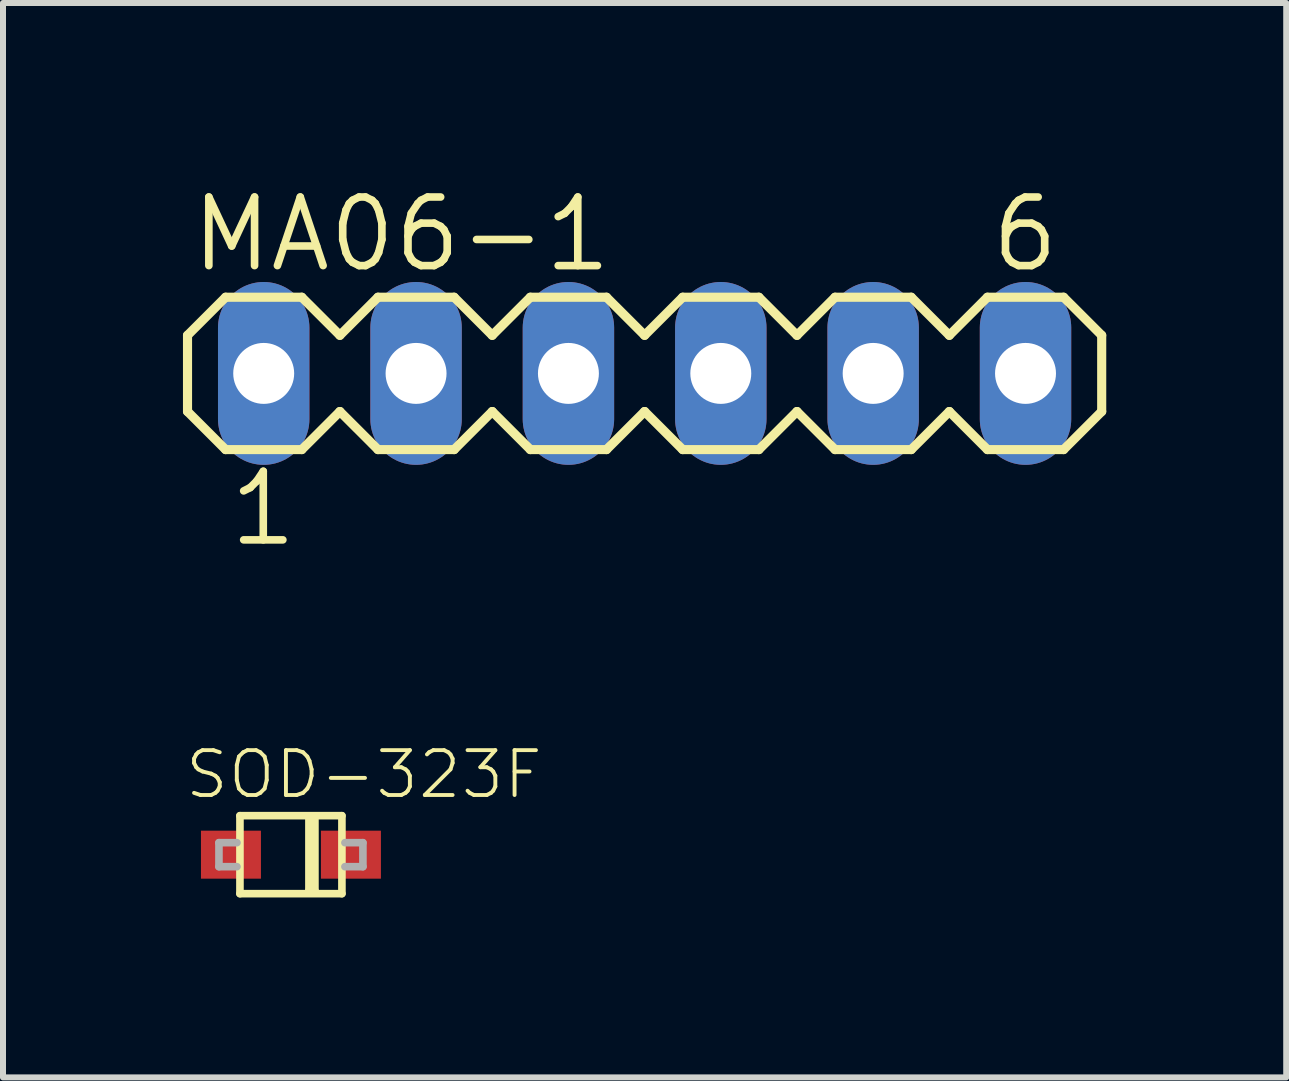
<source format=kicad_pcb>
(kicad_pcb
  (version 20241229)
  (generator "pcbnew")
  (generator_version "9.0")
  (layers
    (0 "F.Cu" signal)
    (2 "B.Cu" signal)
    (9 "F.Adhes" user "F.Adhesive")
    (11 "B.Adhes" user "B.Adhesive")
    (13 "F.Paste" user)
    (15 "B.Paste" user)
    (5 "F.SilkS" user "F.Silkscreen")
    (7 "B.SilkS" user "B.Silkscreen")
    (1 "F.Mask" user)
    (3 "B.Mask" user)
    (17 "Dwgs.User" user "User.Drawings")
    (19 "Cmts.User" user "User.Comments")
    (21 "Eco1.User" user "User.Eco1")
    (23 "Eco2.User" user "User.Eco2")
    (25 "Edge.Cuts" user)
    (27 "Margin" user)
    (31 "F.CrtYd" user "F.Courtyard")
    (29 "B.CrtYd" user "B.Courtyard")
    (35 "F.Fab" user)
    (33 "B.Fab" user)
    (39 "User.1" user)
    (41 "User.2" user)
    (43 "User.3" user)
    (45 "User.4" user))
  (footprint "SOD-323F"
    (layer "F.Cu")
    (at 1.8 11.198)
    (property "Reference" "SOD-323F" (at -1.8 -0.9 0) (unlocked yes) (layer "F.SilkS") (effects (font (size 0.748 0.748) (thickness 0.065)) (justify left bottom)))
    (fp_line (start -0.85 -0.65) (end 0.85 -0.65) (stroke (width 0.127) (type solid)) (layer "F.SilkS"))
    (fp_line (start -0.85 0.65) (end -0.85 -0.65) (stroke (width 0.127) (type solid)) (layer "F.SilkS"))
    (fp_line (start 0.3 0.6) (end 0.3 -0.6) (stroke (width 0.127) (type solid)) (layer "F.SilkS"))
    (fp_line (start 0.4 -0.6) (end 0.4 0.6) (stroke (width 0.127) (type solid)) (layer "F.SilkS"))
    (fp_line (start 0.4 0.6) (end 0.3 0.6) (stroke (width 0.127) (type solid)) (layer "F.SilkS"))
    (fp_line (start 0.85 -0.65) (end 0.85 0.65) (stroke (width 0.127) (type solid)) (layer "F.SilkS"))
    (fp_line (start 0.85 0.65) (end -0.85 0.65) (stroke (width 0.127) (type solid)) (layer "F.SilkS"))
    (fp_line (start -1.2 -0.2) (end -1.2 0.2) (stroke (width 0.127) (type solid)) (layer "F.Fab"))
    (fp_line (start -1.2 0.2) (end -0.9 0.2) (stroke (width 0.127) (type solid)) (layer "F.Fab"))
    (fp_line (start -0.9 -0.2) (end -1.2 -0.2) (stroke (width 0.127) (type solid)) (layer "F.Fab"))
    (fp_line (start 0.9 -0.2) (end 1.2 -0.2) (stroke (width 0.127) (type solid)) (layer "F.Fab"))
    (fp_line (start 1.2 -0.2) (end 1.2 0.2) (stroke (width 0.127) (type solid)) (layer "F.Fab"))
    (fp_line (start 1.2 0.2) (end 0.9 0.2) (stroke (width 0.127) (type solid)) (layer "F.Fab"))
    (pad "A" smd rect (at -1 0) (size 1 0.8) (layers "F.Cu" "F.Mask" "F.Paste"))
    (pad "C" smd rect (at 1 0) (size 1 0.8) (layers "F.Cu" "F.Mask" "F.Paste")))
  (footprint "MA06-1"
    (layer "F.Cu")
    (at 7.696 3.175)
    (property "Reference" "MA06-1" (at -7.62 -1.651 0) (unlocked yes) (layer "F.SilkS") (effects (font (size 1.143 1.143) (thickness 0.127)) (justify left bottom)))
    (fp_line (start -7.62 -0.635) (end -7.62 0.635) (stroke (width 0.152) (type solid)) (layer "F.SilkS"))
    (fp_line (start -7.62 0.635) (end -6.985 1.27) (stroke (width 0.152) (type solid)) (layer "F.SilkS"))
    (fp_line (start -6.985 -1.27) (end -7.62 -0.635) (stroke (width 0.152) (type solid)) (layer "F.SilkS"))
    (fp_line (start -6.985 -1.27) (end -5.715 -1.27) (stroke (width 0.152) (type solid)) (layer "F.SilkS"))
    (fp_line (start -5.715 -1.27) (end -5.08 -0.635) (stroke (width 0.152) (type solid)) (layer "F.SilkS"))
    (fp_line (start -5.715 1.27) (end -6.985 1.27) (stroke (width 0.152) (type solid)) (layer "F.SilkS"))
    (fp_line (start -5.08 -0.635) (end -4.445 -1.27) (stroke (width 0.152) (type solid)) (layer "F.SilkS"))
    (fp_line (start -5.08 0.635) (end -5.715 1.27) (stroke (width 0.152) (type solid)) (layer "F.SilkS"))
    (fp_line (start -4.445 -1.27) (end -3.175 -1.27) (stroke (width 0.152) (type solid)) (layer "F.SilkS"))
    (fp_line (start -4.445 1.27) (end -5.08 0.635) (stroke (width 0.152) (type solid)) (layer "F.SilkS"))
    (fp_line (start -3.175 -1.27) (end -2.54 -0.635) (stroke (width 0.152) (type solid)) (layer "F.SilkS"))
    (fp_line (start -3.175 1.27) (end -4.445 1.27) (stroke (width 0.152) (type solid)) (layer "F.SilkS"))
    (fp_line (start -2.54 -0.635) (end -1.905 -1.27) (stroke (width 0.152) (type solid)) (layer "F.SilkS"))
    (fp_line (start -2.54 0.635) (end -3.175 1.27) (stroke (width 0.152) (type solid)) (layer "F.SilkS"))
    (fp_line (start -1.905 -1.27) (end -0.635 -1.27) (stroke (width 0.152) (type solid)) (layer "F.SilkS"))
    (fp_line (start -1.905 1.27) (end -2.54 0.635) (stroke (width 0.152) (type solid)) (layer "F.SilkS"))
    (fp_line (start -0.635 -1.27) (end 0 -0.635) (stroke (width 0.152) (type solid)) (layer "F.SilkS"))
    (fp_line (start -0.635 1.27) (end -1.905 1.27) (stroke (width 0.152) (type solid)) (layer "F.SilkS"))
    (fp_line (start 0 0.635) (end -0.635 1.27) (stroke (width 0.152) (type solid)) (layer "F.SilkS"))
    (fp_line (start 0 0.635) (end 0.635 1.27) (stroke (width 0.152) (type solid)) (layer "F.SilkS"))
    (fp_line (start 0.635 -1.27) (end 0 -0.635) (stroke (width 0.152) (type solid)) (layer "F.SilkS"))
    (fp_line (start 0.635 -1.27) (end 1.905 -1.27) (stroke (width 0.152) (type solid)) (layer "F.SilkS"))
    (fp_line (start 1.905 -1.27) (end 2.54 -0.635) (stroke (width 0.152) (type solid)) (layer "F.SilkS"))
    (fp_line (start 1.905 1.27) (end 0.635 1.27) (stroke (width 0.152) (type solid)) (layer "F.SilkS"))
    (fp_line (start 2.54 -0.635) (end 3.175 -1.27) (stroke (width 0.152) (type solid)) (layer "F.SilkS"))
    (fp_line (start 2.54 0.635) (end 1.905 1.27) (stroke (width 0.152) (type solid)) (layer "F.SilkS"))
    (fp_line (start 3.175 -1.27) (end 4.445 -1.27) (stroke (width 0.152) (type solid)) (layer "F.SilkS"))
    (fp_line (start 3.175 1.27) (end 2.54 0.635) (stroke (width 0.152) (type solid)) (layer "F.SilkS"))
    (fp_line (start 4.445 -1.27) (end 5.08 -0.635) (stroke (width 0.152) (type solid)) (layer "F.SilkS"))
    (fp_line (start 4.445 1.27) (end 3.175 1.27) (stroke (width 0.152) (type solid)) (layer "F.SilkS"))
    (fp_line (start 5.08 -0.635) (end 5.715 -1.27) (stroke (width 0.152) (type solid)) (layer "F.SilkS"))
    (fp_line (start 5.08 0.635) (end 4.445 1.27) (stroke (width 0.152) (type solid)) (layer "F.SilkS"))
    (fp_line (start 5.715 -1.27) (end 6.985 -1.27) (stroke (width 0.152) (type solid)) (layer "F.SilkS"))
    (fp_line (start 5.715 1.27) (end 5.08 0.635) (stroke (width 0.152) (type solid)) (layer "F.SilkS"))
    (fp_line (start 6.985 -1.27) (end 7.62 -0.635) (stroke (width 0.152) (type solid)) (layer "F.SilkS"))
    (fp_line (start 6.985 1.27) (end 5.715 1.27) (stroke (width 0.152) (type solid)) (layer "F.SilkS"))
    (fp_line (start 7.62 -0.635) (end 7.62 0.635) (stroke (width 0.152) (type solid)) (layer "F.SilkS"))
    (fp_line (start 7.62 0.635) (end 6.985 1.27) (stroke (width 0.152) (type solid)) (layer "F.SilkS"))
    (fp_poly (pts (xy -6.604 0.254) (xy -6.096 0.254) (xy -6.096 -0.254) (xy -6.604 -0.254)) (stroke (width 0.1) (type default)) (fill no) (layer "F.Fab"))
    (fp_poly (pts (xy -4.064 0.254) (xy -3.556 0.254) (xy -3.556 -0.254) (xy -4.064 -0.254)) (stroke (width 0.1) (type default)) (fill no) (layer "F.Fab"))
    (fp_poly (pts (xy -1.524 0.254) (xy -1.016 0.254) (xy -1.016 -0.254) (xy -1.524 -0.254)) (stroke (width 0.1) (type default)) (fill no) (layer "F.Fab"))
    (fp_poly (pts (xy 1.016 0.254) (xy 1.524 0.254) (xy 1.524 -0.254) (xy 1.016 -0.254)) (stroke (width 0.1) (type default)) (fill no) (layer "F.Fab"))
    (fp_poly (pts (xy 3.556 0.254) (xy 4.064 0.254) (xy 4.064 -0.254) (xy 3.556 -0.254)) (stroke (width 0.1) (type default)) (fill no) (layer "F.Fab"))
    (fp_poly (pts (xy 6.096 0.254) (xy 6.604 0.254) (xy 6.604 -0.254) (xy 6.096 -0.254)) (stroke (width 0.1) (type default)) (fill no) (layer "F.Fab"))
    (fp_text user "6" (at 5.715 -1.651 0) (unlocked yes) (layer "F.SilkS") (effects (font (size 1.143 1.143) (thickness 0.127)) (justify left bottom)))
    (fp_text user "1" (at -6.985 2.921 0) (unlocked yes) (layer "F.SilkS") (effects (font (size 1.143 1.143) (thickness 0.127)) (justify left bottom)))
    (pad "1" thru_hole oval (at -6.35 0 90) (size 3.048 1.524) (drill 1.016) (layers "*.Cu" "*.Mask"))
    (pad "2" thru_hole oval (at -3.81 0 90) (size 3.048 1.524) (drill 1.016) (layers "*.Cu" "*.Mask"))
    (pad "3" thru_hole oval (at -1.27 0 90) (size 3.048 1.524) (drill 1.016) (layers "*.Cu" "*.Mask"))
    (pad "4" thru_hole oval (at 1.27 0 90) (size 3.048 1.524) (drill 1.016) (layers "*.Cu" "*.Mask"))
    (pad "5" thru_hole oval (at 3.81 0 90) (size 3.048 1.524) (drill 1.016) (layers "*.Cu" "*.Mask"))
    (pad "6" thru_hole oval (at 6.35 0 90) (size 3.048 1.524) (drill 1.016) (layers "*.Cu" "*.Mask")))
  (gr_rect
    (start -3 -3)
    (end 18.392 14.911)
    (stroke (width 0.1) (type default))
    (fill no)
    (layer "Edge.Cuts")))
</source>
